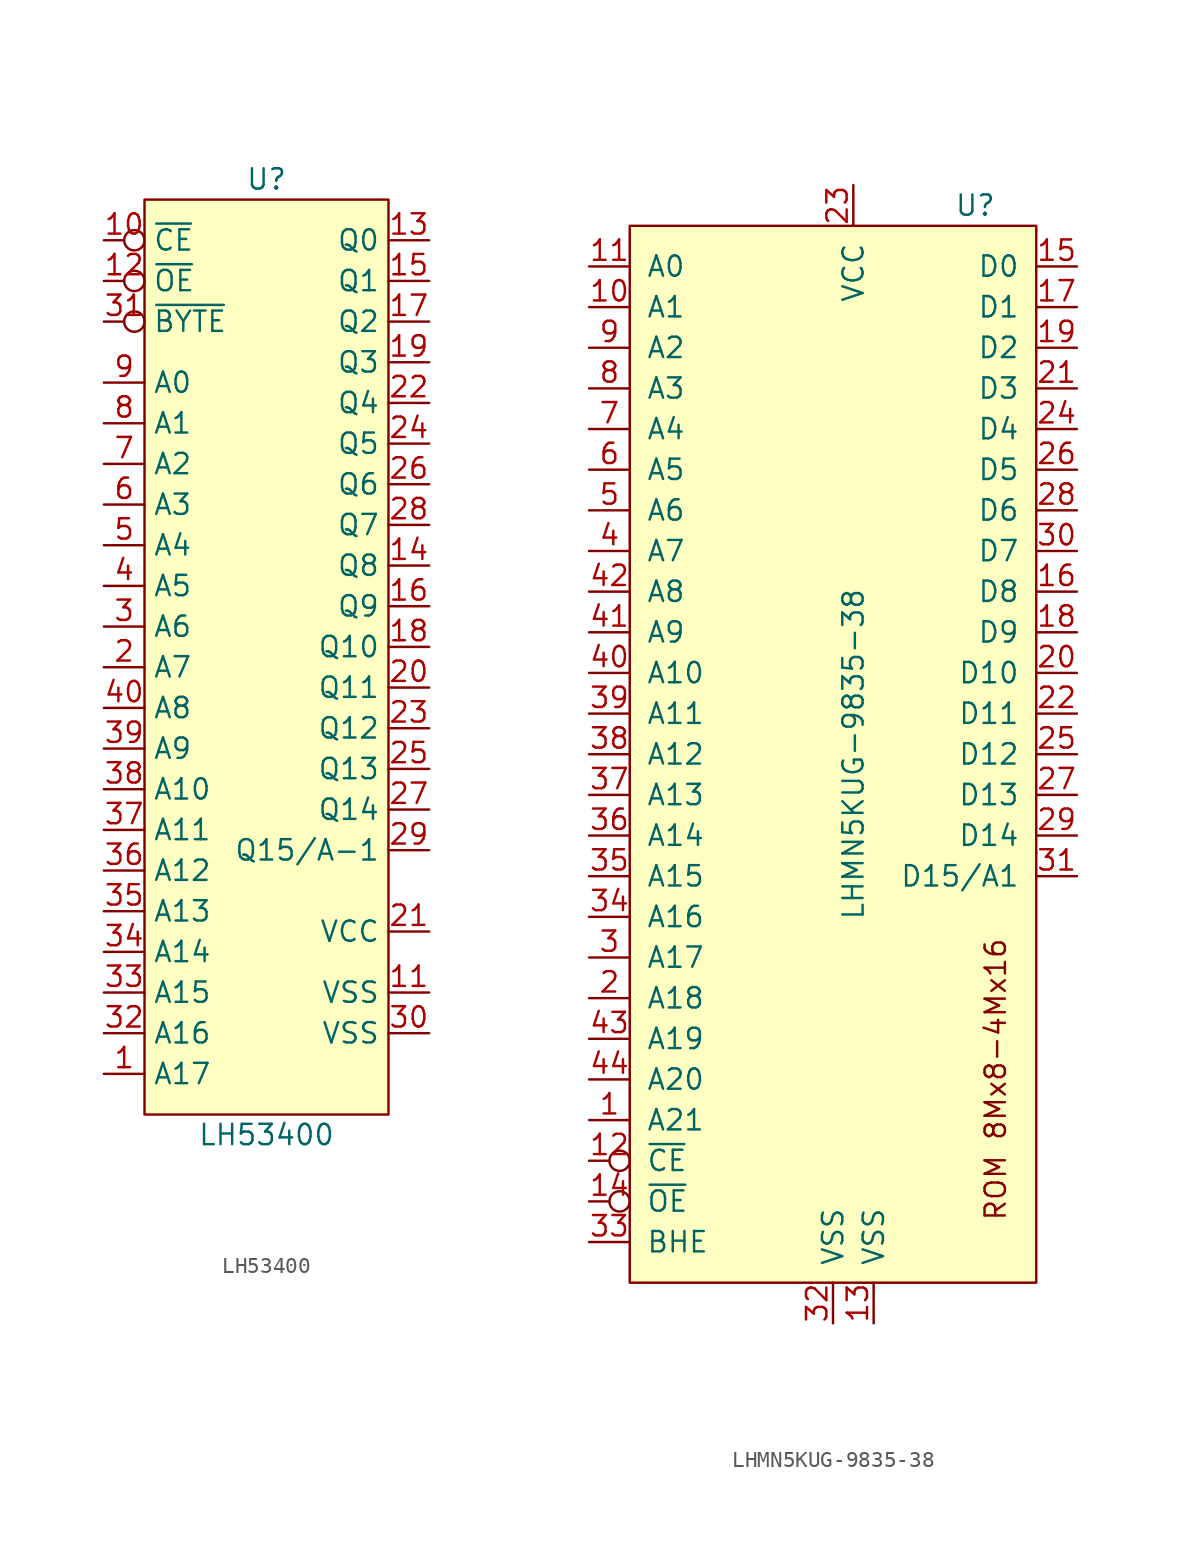
<source format=kicad_sym>
(kicad_symbol_lib
  (version 20211014)
  (generator kicad_symbol_editor)
  (symbol "LH53400"
    (property "Reference" "U"
      (at 10.16 3.81 0)
      (effects (font (size 1.27 1.27))))
    (property "Value" "LH53400"
      (at 10.16 -55.88 0)
      (effects (font (size 1.27 1.27))))
    (symbol "LH53400_0_1"
      (rectangle (start 2.54 2.54) (end 17.78 -54.61) (stroke (width 0) (type default) (color 0 0 0 0)) (fill (type background))))
    (symbol "LH53400_1_1"
      (pin input line (at 0 -52.07 0) (length 2.54) (name "A17" (effects (font (size 1.27 1.27)))) (number "1" (effects (font (size 1.27 1.27)))))
      (pin input inverted (at 0 0 0) (length 2.54) (name "~{CE}" (effects (font (size 1.27 1.27)))) (number "10" (effects (font (size 1.27 1.27)))))
      (pin power_in line (at 20.32 -46.99 180) (length 2.54) (name "VSS" (effects (font (size 1.27 1.27)))) (number "11" (effects (font (size 1.27 1.27)))))
      (pin input inverted (at 0 -2.54 0) (length 2.54) (name "~{OE}" (effects (font (size 1.27 1.27)))) (number "12" (effects (font (size 1.27 1.27)))))
      (pin output line (at 20.32 0 180) (length 2.54) (name "Q0" (effects (font (size 1.27 1.27)))) (number "13" (effects (font (size 1.27 1.27)))))
      (pin output line (at 20.32 -20.32 180) (length 2.54) (name "Q8" (effects (font (size 1.27 1.27)))) (number "14" (effects (font (size 1.27 1.27)))))
      (pin output line (at 20.32 -2.54 180) (length 2.54) (name "Q1" (effects (font (size 1.27 1.27)))) (number "15" (effects (font (size 1.27 1.27)))))
      (pin output line (at 20.32 -22.86 180) (length 2.54) (name "Q9" (effects (font (size 1.27 1.27)))) (number "16" (effects (font (size 1.27 1.27)))))
      (pin output line (at 20.32 -5.08 180) (length 2.54) (name "Q2" (effects (font (size 1.27 1.27)))) (number "17" (effects (font (size 1.27 1.27)))))
      (pin output line (at 20.32 -25.4 180) (length 2.54) (name "Q10" (effects (font (size 1.27 1.27)))) (number "18" (effects (font (size 1.27 1.27)))))
      (pin output line (at 20.32 -7.62 180) (length 2.54) (name "Q3" (effects (font (size 1.27 1.27)))) (number "19" (effects (font (size 1.27 1.27)))))
      (pin input line (at 0 -26.67 0) (length 2.54) (name "A7" (effects (font (size 1.27 1.27)))) (number "2" (effects (font (size 1.27 1.27)))))
      (pin output line (at 20.32 -27.94 180) (length 2.54) (name "Q11" (effects (font (size 1.27 1.27)))) (number "20" (effects (font (size 1.27 1.27)))))
      (pin power_in line (at 20.32 -43.18 180) (length 2.54) (name "VCC" (effects (font (size 1.27 1.27)))) (number "21" (effects (font (size 1.27 1.27)))))
      (pin output line (at 20.32 -10.16 180) (length 2.54) (name "Q4" (effects (font (size 1.27 1.27)))) (number "22" (effects (font (size 1.27 1.27)))))
      (pin output line (at 20.32 -30.48 180) (length 2.54) (name "Q12" (effects (font (size 1.27 1.27)))) (number "23" (effects (font (size 1.27 1.27)))))
      (pin output line (at 20.32 -12.7 180) (length 2.54) (name "Q5" (effects (font (size 1.27 1.27)))) (number "24" (effects (font (size 1.27 1.27)))))
      (pin output line (at 20.32 -33.02 180) (length 2.54) (name "Q13" (effects (font (size 1.27 1.27)))) (number "25" (effects (font (size 1.27 1.27)))))
      (pin output line (at 20.32 -15.24 180) (length 2.54) (name "Q6" (effects (font (size 1.27 1.27)))) (number "26" (effects (font (size 1.27 1.27)))))
      (pin output line (at 20.32 -35.56 180) (length 2.54) (name "Q14" (effects (font (size 1.27 1.27)))) (number "27" (effects (font (size 1.27 1.27)))))
      (pin output line (at 20.32 -17.78 180) (length 2.54) (name "Q7" (effects (font (size 1.27 1.27)))) (number "28" (effects (font (size 1.27 1.27)))))
      (pin output line (at 20.32 -38.1 180) (length 2.54) (name "Q15/A-1" (effects (font (size 1.27 1.27)))) (number "29" (effects (font (size 1.27 1.27)))))
      (pin input line (at 0 -24.13 0) (length 2.54) (name "A6" (effects (font (size 1.27 1.27)))) (number "3" (effects (font (size 1.27 1.27)))))
      (pin power_in line (at 20.32 -49.53 180) (length 2.54) (name "VSS" (effects (font (size 1.27 1.27)))) (number "30" (effects (font (size 1.27 1.27)))))
      (pin input inverted (at 0 -5.08 0) (length 2.54) (name "~{BYTE}" (effects (font (size 1.27 1.27)))) (number "31" (effects (font (size 1.27 1.27)))))
      (pin input line (at 0 -49.53 0) (length 2.54) (name "A16" (effects (font (size 1.27 1.27)))) (number "32" (effects (font (size 1.27 1.27)))))
      (pin input line (at 0 -46.99 0) (length 2.54) (name "A15" (effects (font (size 1.27 1.27)))) (number "33" (effects (font (size 1.27 1.27)))))
      (pin input line (at 0 -44.45 0) (length 2.54) (name "A14" (effects (font (size 1.27 1.27)))) (number "34" (effects (font (size 1.27 1.27)))))
      (pin input line (at 0 -41.91 0) (length 2.54) (name "A13" (effects (font (size 1.27 1.27)))) (number "35" (effects (font (size 1.27 1.27)))))
      (pin input line (at 0 -39.37 0) (length 2.54) (name "A12" (effects (font (size 1.27 1.27)))) (number "36" (effects (font (size 1.27 1.27)))))
      (pin input line (at 0 -36.83 0) (length 2.54) (name "A11" (effects (font (size 1.27 1.27)))) (number "37" (effects (font (size 1.27 1.27)))))
      (pin input line (at 0 -34.29 0) (length 2.54) (name "A10" (effects (font (size 1.27 1.27)))) (number "38" (effects (font (size 1.27 1.27)))))
      (pin input line (at 0 -31.75 0) (length 2.54) (name "A9" (effects (font (size 1.27 1.27)))) (number "39" (effects (font (size 1.27 1.27)))))
      (pin input line (at 0 -21.59 0) (length 2.54) (name "A5" (effects (font (size 1.27 1.27)))) (number "4" (effects (font (size 1.27 1.27)))))
      (pin input line (at 0 -29.21 0) (length 2.54) (name "A8" (effects (font (size 1.27 1.27)))) (number "40" (effects (font (size 1.27 1.27)))))
      (pin input line (at 0 -19.05 0) (length 2.54) (name "A4" (effects (font (size 1.27 1.27)))) (number "5" (effects (font (size 1.27 1.27)))))
      (pin input line (at 0 -16.51 0) (length 2.54) (name "A3" (effects (font (size 1.27 1.27)))) (number "6" (effects (font (size 1.27 1.27)))))
      (pin input line (at 0 -13.97 0) (length 2.54) (name "A2" (effects (font (size 1.27 1.27)))) (number "7" (effects (font (size 1.27 1.27)))))
      (pin input line (at 0 -11.43 0) (length 2.54) (name "A1" (effects (font (size 1.27 1.27)))) (number "8" (effects (font (size 1.27 1.27)))))
      (pin input line (at 0 -8.89 0) (length 2.54) (name "A0" (effects (font (size 1.27 1.27)))) (number "9" (effects (font (size 1.27 1.27)))))))
  (symbol "LHMN5KUG-9835-38"
    (pin_names
      (offset 1.016))
    (property "Reference" "U"
      (at 7.62 34.29 0)
      (effects (font (size 1.27 1.27))))
    (property "Value" "LHMN5KUG-9835-38"
      (at 0 0 90)
      (effects (font (size 1.27 1.27))))
    (symbol "LHMN5KUG-9835-38_0_0"
      (text "ROM 8Mx8-4Mx16" (at 8.89 -20.32 900) (effects (font (size 1.27 1.27)))))
    (symbol "LHMN5KUG-9835-38_0_1"
      (rectangle (start -13.97 33.02) (end 11.43 -33.02) (stroke (width 0) (type default) (color 0 0 0 0)) (fill (type background))))
    (symbol "LHMN5KUG-9835-38_1_1"
      (pin input line (at -16.51 -22.86 0) (length 2.54) (name "A21" (effects (font (size 1.27 1.27)))) (number "1" (effects (font (size 1.27 1.27)))))
      (pin input line (at -16.51 27.94 0) (length 2.54) (name "A1" (effects (font (size 1.27 1.27)))) (number "10" (effects (font (size 1.27 1.27)))))
      (pin input line (at -16.51 30.48 0) (length 2.54) (name "A0" (effects (font (size 1.27 1.27)))) (number "11" (effects (font (size 1.27 1.27)))))
      (pin input inverted (at -16.51 -25.4 0) (length 2.54) (name "~{CE}" (effects (font (size 1.27 1.27)))) (number "12" (effects (font (size 1.27 1.27)))))
      (pin power_in line (at 1.27 -35.56 90) (length 2.54) (name "VSS" (effects (font (size 1.27 1.27)))) (number "13" (effects (font (size 1.27 1.27)))))
      (pin input inverted (at -16.51 -27.94 0) (length 2.54) (name "~{OE}" (effects (font (size 1.27 1.27)))) (number "14" (effects (font (size 1.27 1.27)))))
      (pin tri_state line (at 13.97 30.48 180) (length 2.54) (name "D0" (effects (font (size 1.27 1.27)))) (number "15" (effects (font (size 1.27 1.27)))))
      (pin tri_state line (at 13.97 10.16 180) (length 2.54) (name "D8" (effects (font (size 1.27 1.27)))) (number "16" (effects (font (size 1.27 1.27)))))
      (pin tri_state line (at 13.97 27.94 180) (length 2.54) (name "D1" (effects (font (size 1.27 1.27)))) (number "17" (effects (font (size 1.27 1.27)))))
      (pin tri_state line (at 13.97 7.62 180) (length 2.54) (name "D9" (effects (font (size 1.27 1.27)))) (number "18" (effects (font (size 1.27 1.27)))))
      (pin tri_state line (at 13.97 25.4 180) (length 2.54) (name "D2" (effects (font (size 1.27 1.27)))) (number "19" (effects (font (size 1.27 1.27)))))
      (pin input line (at -16.51 -15.24 0) (length 2.54) (name "A18" (effects (font (size 1.27 1.27)))) (number "2" (effects (font (size 1.27 1.27)))))
      (pin tri_state line (at 13.97 5.08 180) (length 2.54) (name "D10" (effects (font (size 1.27 1.27)))) (number "20" (effects (font (size 1.27 1.27)))))
      (pin tri_state line (at 13.97 22.86 180) (length 2.54) (name "D3" (effects (font (size 1.27 1.27)))) (number "21" (effects (font (size 1.27 1.27)))))
      (pin tri_state line (at 13.97 2.54 180) (length 2.54) (name "D11" (effects (font (size 1.27 1.27)))) (number "22" (effects (font (size 1.27 1.27)))))
      (pin power_in line (at 0 35.56 270) (length 2.54) (name "VCC" (effects (font (size 1.27 1.27)))) (number "23" (effects (font (size 1.27 1.27)))))
      (pin tri_state line (at 13.97 20.32 180) (length 2.54) (name "D4" (effects (font (size 1.27 1.27)))) (number "24" (effects (font (size 1.27 1.27)))))
      (pin tri_state line (at 13.97 0 180) (length 2.54) (name "D12" (effects (font (size 1.27 1.27)))) (number "25" (effects (font (size 1.27 1.27)))))
      (pin tri_state line (at 13.97 17.78 180) (length 2.54) (name "D5" (effects (font (size 1.27 1.27)))) (number "26" (effects (font (size 1.27 1.27)))))
      (pin tri_state line (at 13.97 -2.54 180) (length 2.54) (name "D13" (effects (font (size 1.27 1.27)))) (number "27" (effects (font (size 1.27 1.27)))))
      (pin tri_state line (at 13.97 15.24 180) (length 2.54) (name "D6" (effects (font (size 1.27 1.27)))) (number "28" (effects (font (size 1.27 1.27)))))
      (pin tri_state line (at 13.97 -5.08 180) (length 2.54) (name "D14" (effects (font (size 1.27 1.27)))) (number "29" (effects (font (size 1.27 1.27)))))
      (pin input line (at -16.51 -12.7 0) (length 2.54) (name "A17" (effects (font (size 1.27 1.27)))) (number "3" (effects (font (size 1.27 1.27)))))
      (pin tri_state line (at 13.97 12.7 180) (length 2.54) (name "D7" (effects (font (size 1.27 1.27)))) (number "30" (effects (font (size 1.27 1.27)))))
      (pin tri_state line (at 13.97 -7.62 180) (length 2.54) (name "D15/A1" (effects (font (size 1.27 1.27)))) (number "31" (effects (font (size 1.27 1.27)))))
      (pin power_in line (at -1.27 -35.56 90) (length 2.54) (name "VSS" (effects (font (size 1.27 1.27)))) (number "32" (effects (font (size 1.27 1.27)))))
      (pin input line (at -16.51 -30.48 0) (length 2.54) (name "BHE" (effects (font (size 1.27 1.27)))) (number "33" (effects (font (size 1.27 1.27)))))
      (pin input line (at -16.51 -10.16 0) (length 2.54) (name "A16" (effects (font (size 1.27 1.27)))) (number "34" (effects (font (size 1.27 1.27)))))
      (pin input line (at -16.51 -7.62 0) (length 2.54) (name "A15" (effects (font (size 1.27 1.27)))) (number "35" (effects (font (size 1.27 1.27)))))
      (pin input line (at -16.51 -5.08 0) (length 2.54) (name "A14" (effects (font (size 1.27 1.27)))) (number "36" (effects (font (size 1.27 1.27)))))
      (pin input line (at -16.51 -2.54 0) (length 2.54) (name "A13" (effects (font (size 1.27 1.27)))) (number "37" (effects (font (size 1.27 1.27)))))
      (pin input line (at -16.51 0 0) (length 2.54) (name "A12" (effects (font (size 1.27 1.27)))) (number "38" (effects (font (size 1.27 1.27)))))
      (pin input line (at -16.51 2.54 0) (length 2.54) (name "A11" (effects (font (size 1.27 1.27)))) (number "39" (effects (font (size 1.27 1.27)))))
      (pin input line (at -16.51 12.7 0) (length 2.54) (name "A7" (effects (font (size 1.27 1.27)))) (number "4" (effects (font (size 1.27 1.27)))))
      (pin input line (at -16.51 5.08 0) (length 2.54) (name "A10" (effects (font (size 1.27 1.27)))) (number "40" (effects (font (size 1.27 1.27)))))
      (pin input line (at -16.51 7.62 0) (length 2.54) (name "A9" (effects (font (size 1.27 1.27)))) (number "41" (effects (font (size 1.27 1.27)))))
      (pin input line (at -16.51 10.16 0) (length 2.54) (name "A8" (effects (font (size 1.27 1.27)))) (number "42" (effects (font (size 1.27 1.27)))))
      (pin input line (at -16.51 -17.78 0) (length 2.54) (name "A19" (effects (font (size 1.27 1.27)))) (number "43" (effects (font (size 1.27 1.27)))))
      (pin input line (at -16.51 -20.32 0) (length 2.54) (name "A20" (effects (font (size 1.27 1.27)))) (number "44" (effects (font (size 1.27 1.27)))))
      (pin input line (at -16.51 15.24 0) (length 2.54) (name "A6" (effects (font (size 1.27 1.27)))) (number "5" (effects (font (size 1.27 1.27)))))
      (pin input line (at -16.51 17.78 0) (length 2.54) (name "A5" (effects (font (size 1.27 1.27)))) (number "6" (effects (font (size 1.27 1.27)))))
      (pin input line (at -16.51 20.32 0) (length 2.54) (name "A4" (effects (font (size 1.27 1.27)))) (number "7" (effects (font (size 1.27 1.27)))))
      (pin input line (at -16.51 22.86 0) (length 2.54) (name "A3" (effects (font (size 1.27 1.27)))) (number "8" (effects (font (size 1.27 1.27)))))
      (pin input line (at -16.51 25.4 0) (length 2.54) (name "A2" (effects (font (size 1.27 1.27)))) (number "9" (effects (font (size 1.27 1.27))))))))
</source>
